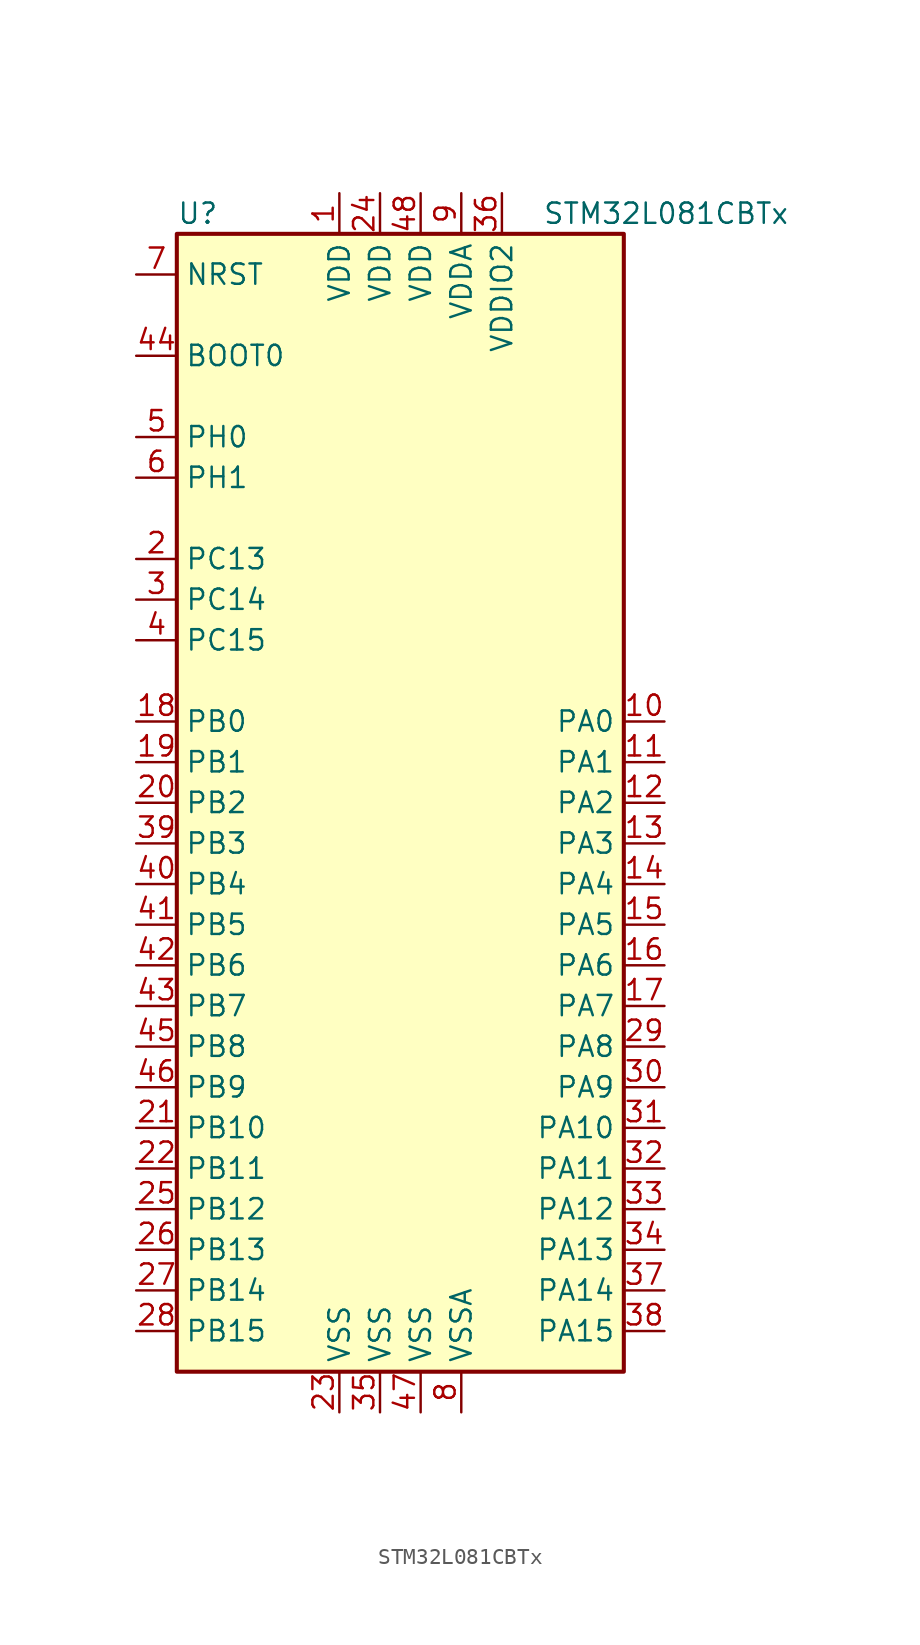
<source format=kicad_sym>
(kicad_symbol_lib
  (version 20201005)
  (generator kicad_symbol_editor)
  (symbol "MCU_ST_STM32L0:STM32L081CBTx"
    (property "Reference" "U"
      (at -15.24 36.83 0)
      (effects (font (size 1.27 1.27)) (justify left)))
    (property "Value" "STM32L081CBTx"
      (at 7.62 36.83 0)
      (effects (font (size 1.27 1.27)) (justify left)))
    (symbol "STM32L081CBTx_0_1"
      (rectangle (start -15.24 -35.56) (end 12.7 35.56) (stroke (width 0.254)) (fill (type background))))
    (symbol "STM32L081CBTx_1_1"
      (pin input line (at -17.78 27.94 0) (length 2.54) (name "BOOT0" (effects (font (size 1.27 1.27)))) (number "44" (effects (font (size 1.27 1.27)))))
      (pin input line (at -17.78 33.02 0) (length 2.54) (name "NRST" (effects (font (size 1.27 1.27)))) (number "7" (effects (font (size 1.27 1.27)))))
      (pin bidirectional line (at 15.24 5.08 180) (length 2.54) (name "PA0" (effects (font (size 1.27 1.27)))) (number "10" (effects (font (size 1.27 1.27)))))
      (pin bidirectional line (at 15.24 2.54 180) (length 2.54) (name "PA1" (effects (font (size 1.27 1.27)))) (number "11" (effects (font (size 1.27 1.27)))))
      (pin bidirectional line (at 15.24 -20.32 180) (length 2.54) (name "PA10" (effects (font (size 1.27 1.27)))) (number "31" (effects (font (size 1.27 1.27)))))
      (pin bidirectional line (at 15.24 -22.86 180) (length 2.54) (name "PA11" (effects (font (size 1.27 1.27)))) (number "32" (effects (font (size 1.27 1.27)))))
      (pin bidirectional line (at 15.24 -25.4 180) (length 2.54) (name "PA12" (effects (font (size 1.27 1.27)))) (number "33" (effects (font (size 1.27 1.27)))))
      (pin bidirectional line (at 15.24 -27.94 180) (length 2.54) (name "PA13" (effects (font (size 1.27 1.27)))) (number "34" (effects (font (size 1.27 1.27)))))
      (pin bidirectional line (at 15.24 -30.48 180) (length 2.54) (name "PA14" (effects (font (size 1.27 1.27)))) (number "37" (effects (font (size 1.27 1.27)))))
      (pin bidirectional line (at 15.24 -33.02 180) (length 2.54) (name "PA15" (effects (font (size 1.27 1.27)))) (number "38" (effects (font (size 1.27 1.27)))))
      (pin bidirectional line (at 15.24 0 180) (length 2.54) (name "PA2" (effects (font (size 1.27 1.27)))) (number "12" (effects (font (size 1.27 1.27)))))
      (pin bidirectional line (at 15.24 -2.54 180) (length 2.54) (name "PA3" (effects (font (size 1.27 1.27)))) (number "13" (effects (font (size 1.27 1.27)))))
      (pin bidirectional line (at 15.24 -5.08 180) (length 2.54) (name "PA4" (effects (font (size 1.27 1.27)))) (number "14" (effects (font (size 1.27 1.27)))))
      (pin bidirectional line (at 15.24 -7.62 180) (length 2.54) (name "PA5" (effects (font (size 1.27 1.27)))) (number "15" (effects (font (size 1.27 1.27)))))
      (pin bidirectional line (at 15.24 -10.16 180) (length 2.54) (name "PA6" (effects (font (size 1.27 1.27)))) (number "16" (effects (font (size 1.27 1.27)))))
      (pin bidirectional line (at 15.24 -12.7 180) (length 2.54) (name "PA7" (effects (font (size 1.27 1.27)))) (number "17" (effects (font (size 1.27 1.27)))))
      (pin bidirectional line (at 15.24 -15.24 180) (length 2.54) (name "PA8" (effects (font (size 1.27 1.27)))) (number "29" (effects (font (size 1.27 1.27)))))
      (pin bidirectional line (at 15.24 -17.78 180) (length 2.54) (name "PA9" (effects (font (size 1.27 1.27)))) (number "30" (effects (font (size 1.27 1.27)))))
      (pin bidirectional line (at -17.78 5.08 0) (length 2.54) (name "PB0" (effects (font (size 1.27 1.27)))) (number "18" (effects (font (size 1.27 1.27)))))
      (pin bidirectional line (at -17.78 2.54 0) (length 2.54) (name "PB1" (effects (font (size 1.27 1.27)))) (number "19" (effects (font (size 1.27 1.27)))))
      (pin bidirectional line (at -17.78 -20.32 0) (length 2.54) (name "PB10" (effects (font (size 1.27 1.27)))) (number "21" (effects (font (size 1.27 1.27)))))
      (pin bidirectional line (at -17.78 -22.86 0) (length 2.54) (name "PB11" (effects (font (size 1.27 1.27)))) (number "22" (effects (font (size 1.27 1.27)))))
      (pin bidirectional line (at -17.78 -25.4 0) (length 2.54) (name "PB12" (effects (font (size 1.27 1.27)))) (number "25" (effects (font (size 1.27 1.27)))))
      (pin bidirectional line (at -17.78 -27.94 0) (length 2.54) (name "PB13" (effects (font (size 1.27 1.27)))) (number "26" (effects (font (size 1.27 1.27)))))
      (pin bidirectional line (at -17.78 -30.48 0) (length 2.54) (name "PB14" (effects (font (size 1.27 1.27)))) (number "27" (effects (font (size 1.27 1.27)))))
      (pin bidirectional line (at -17.78 -33.02 0) (length 2.54) (name "PB15" (effects (font (size 1.27 1.27)))) (number "28" (effects (font (size 1.27 1.27)))))
      (pin bidirectional line (at -17.78 0 0) (length 2.54) (name "PB2" (effects (font (size 1.27 1.27)))) (number "20" (effects (font (size 1.27 1.27)))))
      (pin bidirectional line (at -17.78 -2.54 0) (length 2.54) (name "PB3" (effects (font (size 1.27 1.27)))) (number "39" (effects (font (size 1.27 1.27)))))
      (pin bidirectional line (at -17.78 -5.08 0) (length 2.54) (name "PB4" (effects (font (size 1.27 1.27)))) (number "40" (effects (font (size 1.27 1.27)))))
      (pin bidirectional line (at -17.78 -7.62 0) (length 2.54) (name "PB5" (effects (font (size 1.27 1.27)))) (number "41" (effects (font (size 1.27 1.27)))))
      (pin bidirectional line (at -17.78 -10.16 0) (length 2.54) (name "PB6" (effects (font (size 1.27 1.27)))) (number "42" (effects (font (size 1.27 1.27)))))
      (pin bidirectional line (at -17.78 -12.7 0) (length 2.54) (name "PB7" (effects (font (size 1.27 1.27)))) (number "43" (effects (font (size 1.27 1.27)))))
      (pin bidirectional line (at -17.78 -15.24 0) (length 2.54) (name "PB8" (effects (font (size 1.27 1.27)))) (number "45" (effects (font (size 1.27 1.27)))))
      (pin bidirectional line (at -17.78 -17.78 0) (length 2.54) (name "PB9" (effects (font (size 1.27 1.27)))) (number "46" (effects (font (size 1.27 1.27)))))
      (pin bidirectional line (at -17.78 15.24 0) (length 2.54) (name "PC13" (effects (font (size 1.27 1.27)))) (number "2" (effects (font (size 1.27 1.27)))))
      (pin bidirectional line (at -17.78 12.7 0) (length 2.54) (name "PC14" (effects (font (size 1.27 1.27)))) (number "3" (effects (font (size 1.27 1.27)))))
      (pin bidirectional line (at -17.78 10.16 0) (length 2.54) (name "PC15" (effects (font (size 1.27 1.27)))) (number "4" (effects (font (size 1.27 1.27)))))
      (pin input line (at -17.78 22.86 0) (length 2.54) (name "PH0" (effects (font (size 1.27 1.27)))) (number "5" (effects (font (size 1.27 1.27)))))
      (pin input line (at -17.78 20.32 0) (length 2.54) (name "PH1" (effects (font (size 1.27 1.27)))) (number "6" (effects (font (size 1.27 1.27)))))
      (pin power_in line (at -5.08 38.1 270) (length 2.54) (name "VDD" (effects (font (size 1.27 1.27)))) (number "1" (effects (font (size 1.27 1.27)))))
      (pin power_in line (at -2.54 38.1 270) (length 2.54) (name "VDD" (effects (font (size 1.27 1.27)))) (number "24" (effects (font (size 1.27 1.27)))))
      (pin power_in line (at 0 38.1 270) (length 2.54) (name "VDD" (effects (font (size 1.27 1.27)))) (number "48" (effects (font (size 1.27 1.27)))))
      (pin power_in line (at 2.54 38.1 270) (length 2.54) (name "VDDA" (effects (font (size 1.27 1.27)))) (number "9" (effects (font (size 1.27 1.27)))))
      (pin power_in line (at 5.08 38.1 270) (length 2.54) (name "VDDIO2" (effects (font (size 1.27 1.27)))) (number "36" (effects (font (size 1.27 1.27)))))
      (pin power_in line (at -5.08 -38.1 90) (length 2.54) (name "VSS" (effects (font (size 1.27 1.27)))) (number "23" (effects (font (size 1.27 1.27)))))
      (pin power_in line (at -2.54 -38.1 90) (length 2.54) (name "VSS" (effects (font (size 1.27 1.27)))) (number "35" (effects (font (size 1.27 1.27)))))
      (pin power_in line (at 0 -38.1 90) (length 2.54) (name "VSS" (effects (font (size 1.27 1.27)))) (number "47" (effects (font (size 1.27 1.27)))))
      (pin power_in line (at 2.54 -38.1 90) (length 2.54) (name "VSSA" (effects (font (size 1.27 1.27)))) (number "8" (effects (font (size 1.27 1.27))))))))
</source>
